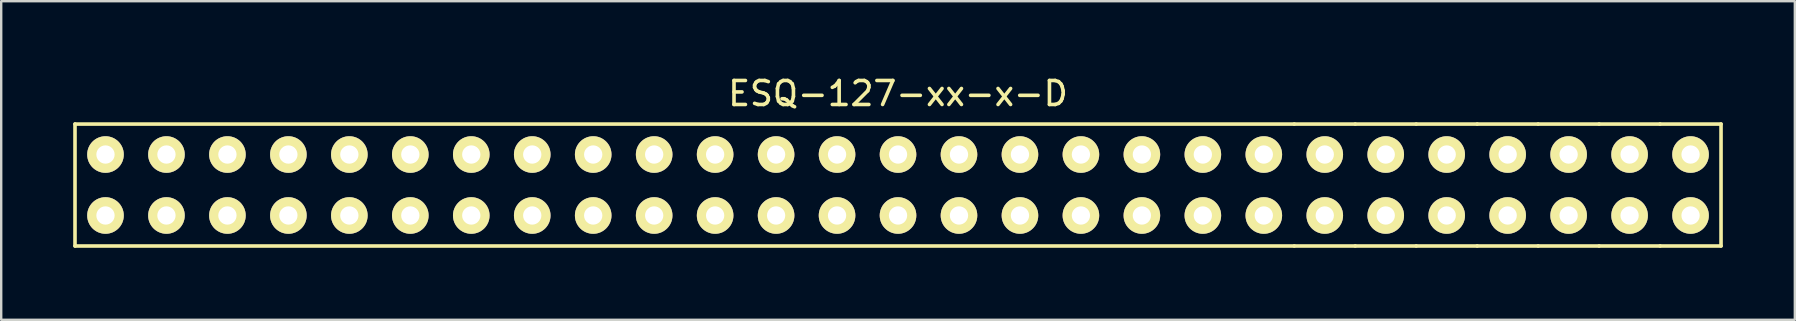
<source format=kicad_pcb>
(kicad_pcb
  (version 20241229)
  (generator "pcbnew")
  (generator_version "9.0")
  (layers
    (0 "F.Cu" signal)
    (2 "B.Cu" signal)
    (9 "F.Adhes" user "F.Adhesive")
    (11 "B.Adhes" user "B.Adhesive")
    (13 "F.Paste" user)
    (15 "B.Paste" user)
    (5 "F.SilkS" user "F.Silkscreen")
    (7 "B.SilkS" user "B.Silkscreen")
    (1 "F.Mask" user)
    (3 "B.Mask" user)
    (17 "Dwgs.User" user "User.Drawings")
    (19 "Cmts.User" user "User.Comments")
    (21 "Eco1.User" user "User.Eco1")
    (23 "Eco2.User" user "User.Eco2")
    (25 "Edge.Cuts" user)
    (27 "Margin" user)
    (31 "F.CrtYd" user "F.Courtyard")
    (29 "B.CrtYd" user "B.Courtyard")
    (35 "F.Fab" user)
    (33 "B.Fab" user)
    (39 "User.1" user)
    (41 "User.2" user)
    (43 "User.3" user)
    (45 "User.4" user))
  (footprint "ESQ-127-xx-x-D"
    (layer "F.Cu")
    (at 34.365 4.658)
    (property "Reference" "ESQ-127-xx-x-D" (at 0 -3.81 0) (layer "F.SilkS") (effects (font (size 1 1) (thickness 0.15))))
    (attr through_hole)
    (fp_line (start -34.29 -2.54) (end 16.51 -2.54) (stroke (width 0.15) (type solid)) (layer "F.SilkS"))
    (fp_line (start -34.29 2.54) (end -34.29 -2.54) (stroke (width 0.15) (type solid)) (layer "F.SilkS"))
    (fp_line (start 16.51 -2.54) (end 19.05 -2.54) (stroke (width 0.15) (type solid)) (layer "F.SilkS"))
    (fp_line (start 16.51 2.54) (end -34.29 2.54) (stroke (width 0.15) (type solid)) (layer "F.SilkS"))
    (fp_line (start 19.05 -2.54) (end 21.59 -2.54) (stroke (width 0.15) (type solid)) (layer "F.SilkS"))
    (fp_line (start 19.05 2.54) (end 16.51 2.54) (stroke (width 0.15) (type solid)) (layer "F.SilkS"))
    (fp_line (start 21.59 -2.54) (end 24.13 -2.54) (stroke (width 0.15) (type solid)) (layer "F.SilkS"))
    (fp_line (start 21.59 2.54) (end 19.05 2.54) (stroke (width 0.15) (type solid)) (layer "F.SilkS"))
    (fp_line (start 24.13 -2.54) (end 26.67 -2.54) (stroke (width 0.15) (type solid)) (layer "F.SilkS"))
    (fp_line (start 24.13 2.54) (end 21.59 2.54) (stroke (width 0.15) (type solid)) (layer "F.SilkS"))
    (fp_line (start 26.67 -2.54) (end 29.21 -2.54) (stroke (width 0.15) (type solid)) (layer "F.SilkS"))
    (fp_line (start 26.67 2.54) (end 24.13 2.54) (stroke (width 0.15) (type solid)) (layer "F.SilkS"))
    (fp_line (start 29.21 -2.54) (end 31.75 -2.54) (stroke (width 0.15) (type solid)) (layer "F.SilkS"))
    (fp_line (start 29.21 2.54) (end 26.67 2.54) (stroke (width 0.15) (type solid)) (layer "F.SilkS"))
    (fp_line (start 31.75 -2.54) (end 34.29 -2.54) (stroke (width 0.15) (type solid)) (layer "F.SilkS"))
    (fp_line (start 31.75 2.54) (end 29.21 2.54) (stroke (width 0.15) (type solid)) (layer "F.SilkS"))
    (fp_line (start 34.29 -2.54) (end 34.29 2.54) (stroke (width 0.15) (type solid)) (layer "F.SilkS"))
    (fp_line (start 34.29 2.54) (end 31.75 2.54) (stroke (width 0.15) (type solid)) (layer "F.SilkS"))
    (pad "1" thru_hole circle (at -33.02 -1.27) (size 1.524 1.524) (drill 0.762) (layers "*.Mask" "B.Cu" "F.SilkS"))
    (pad "2" thru_hole circle (at -33.02 1.27) (size 1.524 1.524) (drill 0.762) (layers "*.Mask" "B.Cu" "F.SilkS"))
    (pad "3" thru_hole circle (at -30.48 -1.27) (size 1.524 1.524) (drill 0.762) (layers "*.Mask" "B.Cu" "F.SilkS"))
    (pad "4" thru_hole circle (at -30.48 1.27) (size 1.524 1.524) (drill 0.762) (layers "*.Mask" "B.Cu" "F.SilkS"))
    (pad "5" thru_hole circle (at -27.94 -1.27) (size 1.524 1.524) (drill 0.762) (layers "*.Mask" "B.Cu" "F.SilkS"))
    (pad "6" thru_hole circle (at -27.94 1.27) (size 1.524 1.524) (drill 0.762) (layers "*.Mask" "B.Cu" "F.SilkS"))
    (pad "7" thru_hole circle (at -25.4 -1.27) (size 1.524 1.524) (drill 0.762) (layers "*.Mask" "B.Cu" "F.SilkS"))
    (pad "8" thru_hole circle (at -25.4 1.27) (size 1.524 1.524) (drill 0.762) (layers "*.Mask" "B.Cu" "F.SilkS"))
    (pad "9" thru_hole circle (at -22.86 -1.27) (size 1.524 1.524) (drill 0.762) (layers "*.Mask" "B.Cu" "F.SilkS"))
    (pad "10" thru_hole circle (at -22.86 1.27) (size 1.524 1.524) (drill 0.762) (layers "*.Mask" "B.Cu" "F.SilkS"))
    (pad "11" thru_hole circle (at -20.32 -1.27) (size 1.524 1.524) (drill 0.762) (layers "*.Mask" "B.Cu" "F.SilkS"))
    (pad "12" thru_hole circle (at -20.32 1.27) (size 1.524 1.524) (drill 0.762) (layers "*.Mask" "B.Cu" "F.SilkS"))
    (pad "13" thru_hole circle (at -17.78 -1.27) (size 1.524 1.524) (drill 0.762) (layers "*.Mask" "B.Cu" "F.SilkS"))
    (pad "14" thru_hole circle (at -17.78 1.27) (size 1.524 1.524) (drill 0.762) (layers "*.Mask" "B.Cu" "F.SilkS"))
    (pad "15" thru_hole circle (at -15.24 -1.27) (size 1.524 1.524) (drill 0.762) (layers "*.Mask" "B.Cu" "F.SilkS"))
    (pad "16" thru_hole circle (at -15.24 1.27) (size 1.524 1.524) (drill 0.762) (layers "*.Mask" "B.Cu" "F.SilkS"))
    (pad "17" thru_hole circle (at -12.7 -1.27) (size 1.524 1.524) (drill 0.762) (layers "*.Mask" "B.Cu" "F.SilkS"))
    (pad "18" thru_hole circle (at -12.7 1.27) (size 1.524 1.524) (drill 0.762) (layers "*.Mask" "B.Cu" "F.SilkS"))
    (pad "19" thru_hole circle (at -10.16 -1.27) (size 1.524 1.524) (drill 0.762) (layers "*.Mask" "B.Cu" "F.SilkS"))
    (pad "20" thru_hole circle (at -10.16 1.27) (size 1.524 1.524) (drill 0.762) (layers "*.Mask" "B.Cu" "F.SilkS"))
    (pad "21" thru_hole circle (at -7.62 -1.27) (size 1.524 1.524) (drill 0.762) (layers "*.Mask" "B.Cu" "F.SilkS"))
    (pad "22" thru_hole circle (at -7.62 1.27) (size 1.524 1.524) (drill 0.762) (layers "*.Mask" "B.Cu" "F.SilkS"))
    (pad "23" thru_hole circle (at -5.08 -1.27) (size 1.524 1.524) (drill 0.762) (layers "*.Mask" "B.Cu" "F.SilkS"))
    (pad "24" thru_hole circle (at -5.08 1.27) (size 1.524 1.524) (drill 0.762) (layers "*.Mask" "B.Cu" "F.SilkS"))
    (pad "25" thru_hole circle (at -2.54 -1.27) (size 1.524 1.524) (drill 0.762) (layers "*.Mask" "B.Cu" "F.SilkS"))
    (pad "26" thru_hole circle (at -2.54 1.27) (size 1.524 1.524) (drill 0.762) (layers "*.Mask" "B.Cu" "F.SilkS"))
    (pad "27" thru_hole circle (at 0 -1.27) (size 1.524 1.524) (drill 0.762) (layers "*.Mask" "B.Cu" "F.SilkS"))
    (pad "28" thru_hole circle (at 0 1.27) (size 1.524 1.524) (drill 0.762) (layers "*.Mask" "B.Cu" "F.SilkS"))
    (pad "29" thru_hole circle (at 2.54 -1.27) (size 1.524 1.524) (drill 0.762) (layers "*.Mask" "B.Cu" "F.SilkS"))
    (pad "30" thru_hole circle (at 2.54 1.27) (size 1.524 1.524) (drill 0.762) (layers "*.Mask" "B.Cu" "F.SilkS"))
    (pad "31" thru_hole circle (at 5.08 -1.27) (size 1.524 1.524) (drill 0.762) (layers "*.Mask" "B.Cu" "F.SilkS"))
    (pad "32" thru_hole circle (at 5.08 1.27) (size 1.524 1.524) (drill 0.762) (layers "*.Mask" "B.Cu" "F.SilkS"))
    (pad "33" thru_hole circle (at 7.62 -1.27) (size 1.524 1.524) (drill 0.762) (layers "*.Mask" "B.Cu" "F.SilkS"))
    (pad "34" thru_hole circle (at 7.62 1.27) (size 1.524 1.524) (drill 0.762) (layers "*.Mask" "B.Cu" "F.SilkS"))
    (pad "35" thru_hole circle (at 10.16 -1.27) (size 1.524 1.524) (drill 0.762) (layers "*.Mask" "B.Cu" "F.SilkS"))
    (pad "36" thru_hole circle (at 10.16 1.27) (size 1.524 1.524) (drill 0.762) (layers "*.Mask" "B.Cu" "F.SilkS"))
    (pad "37" thru_hole circle (at 12.7 -1.27) (size 1.524 1.524) (drill 0.762) (layers "*.Mask" "B.Cu" "F.SilkS"))
    (pad "38" thru_hole circle (at 12.7 1.27) (size 1.524 1.524) (drill 0.762) (layers "*.Mask" "B.Cu" "F.SilkS"))
    (pad "39" thru_hole circle (at 15.24 -1.27) (size 1.524 1.524) (drill 0.762) (layers "*.Mask" "B.Cu" "F.SilkS"))
    (pad "40" thru_hole circle (at 15.24 1.27) (size 1.524 1.524) (drill 0.762) (layers "*.Mask" "B.Cu" "F.SilkS"))
    (pad "41" thru_hole circle (at 17.78 -1.27) (size 1.524 1.524) (drill 0.762) (layers "*.Mask" "B.Cu" "F.SilkS"))
    (pad "42" thru_hole circle (at 17.78 1.27) (size 1.524 1.524) (drill 0.762) (layers "*.Mask" "B.Cu" "F.SilkS"))
    (pad "43" thru_hole circle (at 20.32 -1.27) (size 1.524 1.524) (drill 0.762) (layers "*.Mask" "B.Cu" "F.SilkS"))
    (pad "44" thru_hole circle (at 20.32 1.27) (size 1.524 1.524) (drill 0.762) (layers "*.Mask" "B.Cu" "F.SilkS"))
    (pad "45" thru_hole circle (at 22.86 -1.27) (size 1.524 1.524) (drill 0.762) (layers "*.Mask" "B.Cu" "F.SilkS"))
    (pad "46" thru_hole circle (at 22.86 1.27) (size 1.524 1.524) (drill 0.762) (layers "*.Mask" "B.Cu" "F.SilkS"))
    (pad "47" thru_hole circle (at 25.4 -1.27) (size 1.524 1.524) (drill 0.762) (layers "*.Mask" "B.Cu" "F.SilkS"))
    (pad "48" thru_hole circle (at 25.4 1.27) (size 1.524 1.524) (drill 0.762) (layers "*.Mask" "B.Cu" "F.SilkS"))
    (pad "49" thru_hole circle (at 27.94 -1.27) (size 1.524 1.524) (drill 0.762) (layers "*.Mask" "B.Cu" "F.SilkS"))
    (pad "50" thru_hole circle (at 27.94 1.27) (size 1.524 1.524) (drill 0.762) (layers "*.Mask" "B.Cu" "F.SilkS"))
    (pad "51" thru_hole circle (at 30.48 -1.27) (size 1.524 1.524) (drill 0.762) (layers "*.Mask" "B.Cu" "F.SilkS"))
    (pad "52" thru_hole circle (at 30.48 1.27) (size 1.524 1.524) (drill 0.762) (layers "*.Mask" "B.Cu" "F.SilkS"))
    (pad "53" thru_hole circle (at 33.02 -1.27) (size 1.524 1.524) (drill 0.762) (layers "*.Mask" "B.Cu" "F.SilkS"))
    (pad "54" thru_hole circle (at 33.02 1.27) (size 1.524 1.524) (drill 0.762) (layers "*.Mask" "B.Cu" "F.SilkS")))
  (gr_rect
    (start -3 -3)
    (end 71.73 10.273)
    (stroke (width 0.1) (type default))
    (fill no)
    (layer "Edge.Cuts")))
</source>
